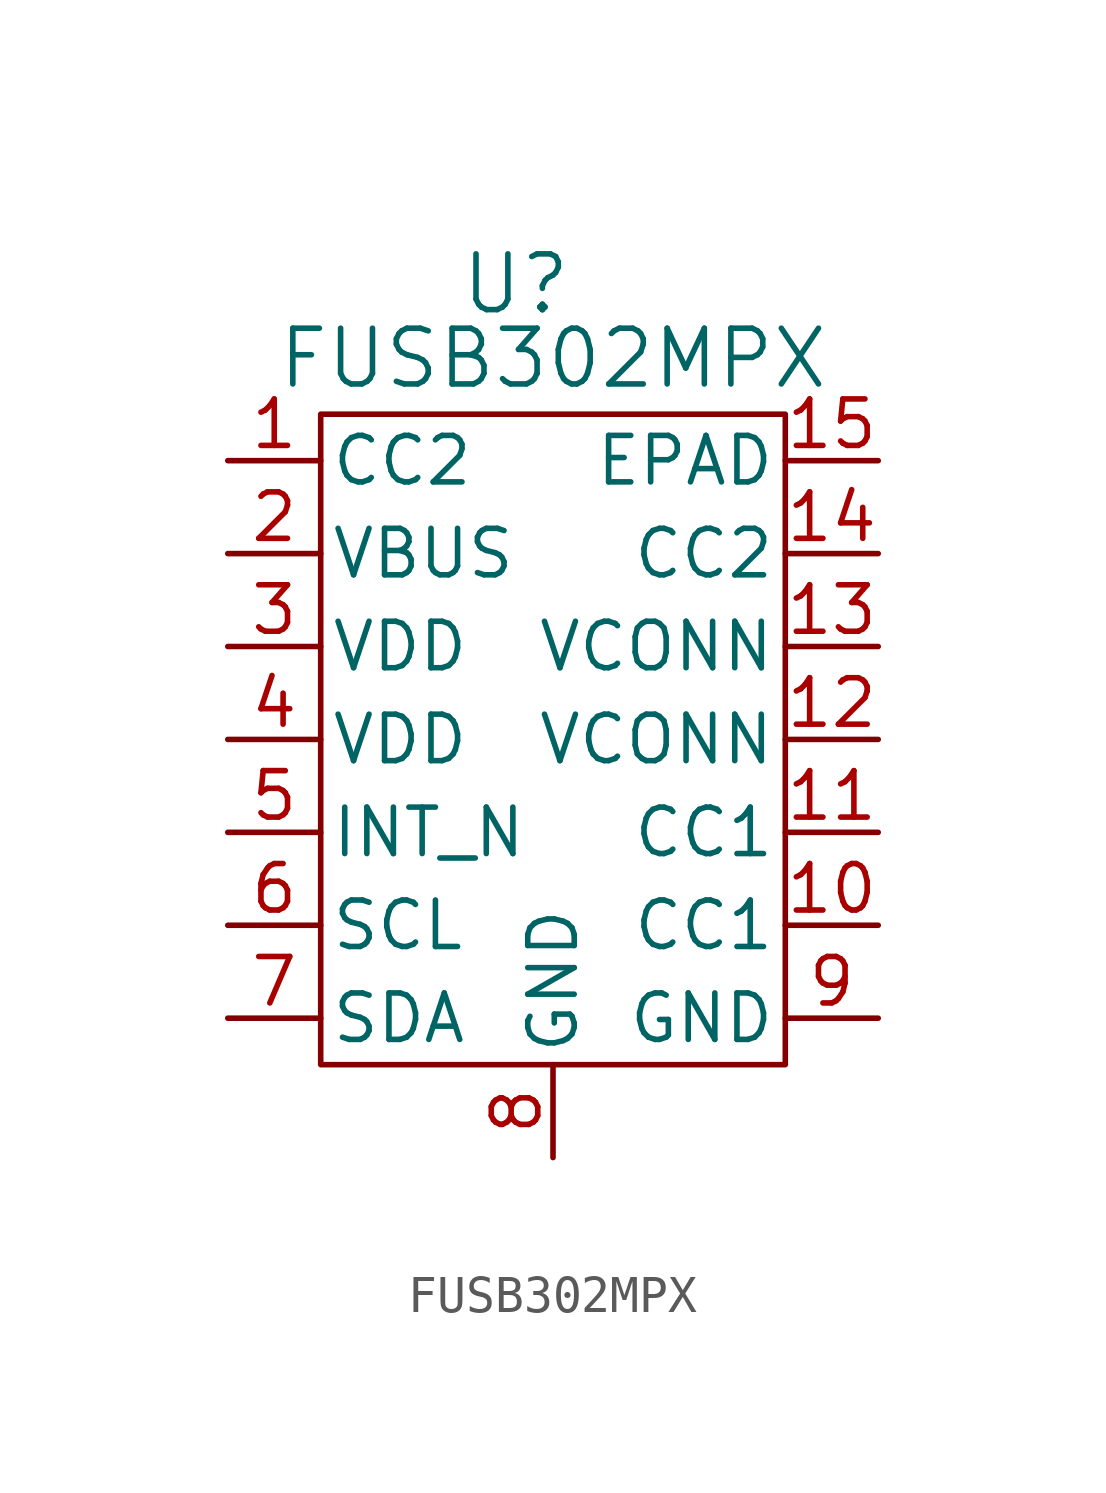
<source format=kicad_sym>
(kicad_symbol_lib
  (version 20241209)
  (generator "kicad_symbol_editor")
  (generator_version "9.0")
  (symbol "FUSB302MPX"
    (pin_names
      (offset 0.254))
    (property "Reference" "U"
      (at 12.954 4.826 0)
      (effects (font (size 1.524 1.524))))
    (property "Value" "FUSB302MPX"
      (at 13.97 2.794 0)
      (effects (font (size 1.524 1.524))))
    (symbol "FUSB302MPX_0_1"
      (rectangle (start 7.62 1.27) (end 20.32 -16.51) (stroke (width 0) (type default)) (fill (type none)))
      (pin bidirectional line (at 5.08 0 0) (length 2.54) (name "CC2" (effects (font (size 1.27 1.27)))) (number "1" (effects (font (size 1.27 1.27)))))
      (pin unspecified line (at 5.08 -2.54 0) (length 2.54) (name "VBUS" (effects (font (size 1.27 1.27)))) (number "2" (effects (font (size 1.27 1.27)))))
      (pin power_in line (at 5.08 -5.08 0) (length 2.54) (name "VDD" (effects (font (size 1.27 1.27)))) (number "3" (effects (font (size 1.27 1.27)))))
      (pin power_in line (at 5.08 -7.62 0) (length 2.54) (name "VDD" (effects (font (size 1.27 1.27)))) (number "4" (effects (font (size 1.27 1.27)))))
      (pin unspecified line (at 5.08 -10.16 0) (length 2.54) (name "INT_N" (effects (font (size 1.27 1.27)))) (number "5" (effects (font (size 1.27 1.27)))))
      (pin unspecified line (at 5.08 -12.7 0) (length 2.54) (name "SCL" (effects (font (size 1.27 1.27)))) (number "6" (effects (font (size 1.27 1.27)))))
      (pin unspecified line (at 5.08 -15.24 0) (length 2.54) (name "SDA" (effects (font (size 1.27 1.27)))) (number "7" (effects (font (size 1.27 1.27)))))
      (pin power_out line (at 13.97 -19.05 90) (length 2.54) (name "GND" (effects (font (size 1.27 1.27)))) (number "8" (effects (font (size 1.27 1.27)))))
      (pin unspecified line (at 22.86 0 180) (length 2.54) (name "EPAD" (effects (font (size 1.27 1.27)))) (number "15" (effects (font (size 1.27 1.27)))))
      (pin bidirectional line (at 22.86 -2.54 180) (length 2.54) (name "CC2" (effects (font (size 1.27 1.27)))) (number "14" (effects (font (size 1.27 1.27)))))
      (pin unspecified line (at 22.86 -5.08 180) (length 2.54) (name "VCONN" (effects (font (size 1.27 1.27)))) (number "13" (effects (font (size 1.27 1.27)))))
      (pin unspecified line (at 22.86 -7.62 180) (length 2.54) (name "VCONN" (effects (font (size 1.27 1.27)))) (number "12" (effects (font (size 1.27 1.27)))))
      (pin bidirectional line (at 22.86 -10.16 180) (length 2.54) (name "CC1" (effects (font (size 1.27 1.27)))) (number "11" (effects (font (size 1.27 1.27)))))
      (pin bidirectional line (at 22.86 -12.7 180) (length 2.54) (name "CC1" (effects (font (size 1.27 1.27)))) (number "10" (effects (font (size 1.27 1.27)))))
      (pin power_out line (at 22.86 -15.24 180) (length 2.54) (name "GND" (effects (font (size 1.27 1.27)))) (number "9" (effects (font (size 1.27 1.27))))))))
</source>
